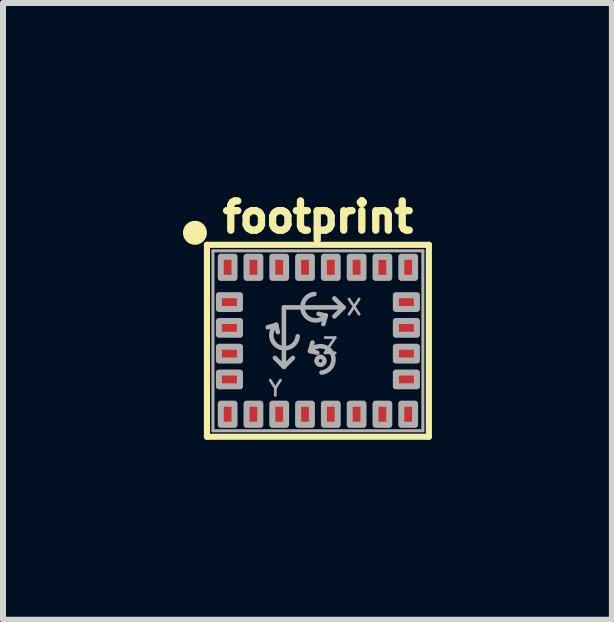
<source format=kicad_pcb>
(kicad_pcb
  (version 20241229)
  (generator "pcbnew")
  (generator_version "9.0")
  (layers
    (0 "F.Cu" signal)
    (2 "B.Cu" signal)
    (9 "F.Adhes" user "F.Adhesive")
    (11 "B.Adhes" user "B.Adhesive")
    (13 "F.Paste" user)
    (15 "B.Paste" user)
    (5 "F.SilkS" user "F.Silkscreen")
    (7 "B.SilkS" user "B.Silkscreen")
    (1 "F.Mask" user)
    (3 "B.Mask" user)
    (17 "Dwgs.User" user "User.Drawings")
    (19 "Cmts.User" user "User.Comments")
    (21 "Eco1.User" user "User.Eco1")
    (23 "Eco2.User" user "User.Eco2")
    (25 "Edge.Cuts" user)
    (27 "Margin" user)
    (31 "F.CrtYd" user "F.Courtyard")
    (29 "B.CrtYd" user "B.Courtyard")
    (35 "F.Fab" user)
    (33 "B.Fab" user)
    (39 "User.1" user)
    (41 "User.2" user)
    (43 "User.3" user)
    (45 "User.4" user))
  (footprint "footprint"
    (layer "F.Cu")
    (at 2.25 2.631)
    (property "Reference" "footprint" (at 0 -1.778 0) (layer "F.SilkS") (effects (font (size 0.488 0.488) (thickness 0.122)) (justify bottom)))
    (fp_line (start -1.85 -1.6) (end 1.85 -1.6) (stroke (width 0.102) (type solid)) (layer "F.SilkS"))
    (fp_line (start -1.85 1.6) (end -1.85 -1.6) (stroke (width 0.102) (type solid)) (layer "F.SilkS"))
    (fp_line (start 1.85 -1.6) (end 1.85 1.6) (stroke (width 0.102) (type solid)) (layer "F.SilkS"))
    (fp_line (start 1.85 1.6) (end -1.85 1.6) (stroke (width 0.102) (type solid)) (layer "F.SilkS"))
    (fp_circle (center -2.05 -1.8) (end -1.95 -1.8) (stroke (width 0.2) (type solid)) (fill yes) (layer "F.SilkS"))
    (fp_line (start -1.75 -1.5) (end 1.75 -1.5) (stroke (width 0.051) (type solid)) (layer "F.Fab"))
    (fp_line (start -1.75 1.5) (end -1.75 -1.5) (stroke (width 0.051) (type solid)) (layer "F.Fab"))
    (fp_line (start -0.697 -0.265) (end -0.837 -0.225) (stroke (width 0.076) (type solid)) (layer "F.Fab"))
    (fp_line (start -0.697 -0.265) (end -0.667 -0.145) (stroke (width 0.076) (type solid)) (layer "F.Fab"))
    (fp_line (start -0.567 0.432) (end -0.567 -0.556) (stroke (width 0.076) (type solid)) (layer "F.Fab"))
    (fp_line (start -0.567 0.435) (end -0.717 0.285) (stroke (width 0.076) (type solid)) (layer "F.Fab"))
    (fp_line (start -0.567 0.435) (end -0.417 0.285) (stroke (width 0.076) (type solid)) (layer "F.Fab"))
    (fp_line (start -0.13 0.17) (end -0.09 0.03) (stroke (width 0.076) (type solid)) (layer "F.Fab"))
    (fp_line (start -0.13 0.17) (end -0.01 0.2) (stroke (width 0.076) (type solid)) (layer "F.Fab"))
    (fp_line (start 0.131 -0.419) (end 0.011 -0.449) (stroke (width 0.076) (type solid)) (layer "F.Fab"))
    (fp_line (start 0.131 -0.419) (end 0.091 -0.279) (stroke (width 0.076) (type solid)) (layer "F.Fab"))
    (fp_line (start 0.425 -0.556) (end -0.567 -0.556) (stroke (width 0.076) (type solid)) (layer "F.Fab"))
    (fp_line (start 0.425 -0.556) (end 0.275 -0.706) (stroke (width 0.076) (type solid)) (layer "F.Fab"))
    (fp_line (start 0.425 -0.556) (end 0.275 -0.406) (stroke (width 0.076) (type solid)) (layer "F.Fab"))
    (fp_line (start 1.75 -1.5) (end 1.75 1.5) (stroke (width 0.051) (type solid)) (layer "F.Fab"))
    (fp_line (start 1.75 1.5) (end -1.75 1.5) (stroke (width 0.051) (type solid)) (layer "F.Fab"))
    (fp_arc (start -0.337 -0.075) (mid -0.659177 0.09939) (end -0.697 -0.264999) (stroke (width 0.0762) (type solid)) (layer "F.Fab"))
    (fp_arc (start -0.130001 0.169999) (mid 0.234389 0.207821) (end 0.06 0.53) (stroke (width 0.0762) (type solid)) (layer "F.Fab"))
    (fp_arc (start 0.131401 -0.419399) (mid -0.232989 -0.457221) (end -0.0586 -0.7794) (stroke (width 0.0762) (type solid)) (layer "F.Fab"))
    (fp_circle (center 0.043 0.334) (end 0.071 0.334) (stroke (width 0.076) (type solid)) (fill no) (layer "F.Fab"))
    (fp_poly (pts (xy -1.65 -0.53) (xy -1.3 -0.53) (xy -1.3 -0.76) (xy -1.65 -0.76)) (stroke (width 0.1) (type solid)) (fill no) (layer "F.Fab"))
    (fp_poly (pts (xy -1.65 -0.1) (xy -1.3 -0.1) (xy -1.3 -0.33) (xy -1.65 -0.33)) (stroke (width 0.1) (type solid)) (fill no) (layer "F.Fab"))
    (fp_poly (pts (xy -1.65 0.33) (xy -1.3 0.33) (xy -1.3 0.1) (xy -1.65 0.1)) (stroke (width 0.1) (type solid)) (fill no) (layer "F.Fab"))
    (fp_poly (pts (xy -1.65 0.76) (xy -1.3 0.76) (xy -1.3 0.53) (xy -1.65 0.53)) (stroke (width 0.1) (type solid)) (fill no) (layer "F.Fab"))
    (fp_poly (pts (xy -1.62 -1.05) (xy -1.39 -1.05) (xy -1.39 -1.4) (xy -1.62 -1.4)) (stroke (width 0.1) (type solid)) (fill no) (layer "F.Fab"))
    (fp_poly (pts (xy -1.39 1.05) (xy -1.62 1.05) (xy -1.62 1.4) (xy -1.39 1.4)) (stroke (width 0.1) (type solid)) (fill no) (layer "F.Fab"))
    (fp_poly (pts (xy -1.19 -1.05) (xy -0.96 -1.05) (xy -0.96 -1.4) (xy -1.19 -1.4)) (stroke (width 0.1) (type solid)) (fill no) (layer "F.Fab"))
    (fp_poly (pts (xy -0.96 1.05) (xy -1.19 1.05) (xy -1.19 1.4) (xy -0.96 1.4)) (stroke (width 0.1) (type solid)) (fill no) (layer "F.Fab"))
    (fp_poly (pts (xy -0.76 -1.05) (xy -0.53 -1.05) (xy -0.53 -1.4) (xy -0.76 -1.4)) (stroke (width 0.1) (type solid)) (fill no) (layer "F.Fab"))
    (fp_poly (pts (xy -0.53 1.05) (xy -0.76 1.05) (xy -0.76 1.4) (xy -0.53 1.4)) (stroke (width 0.1) (type solid)) (fill no) (layer "F.Fab"))
    (fp_poly (pts (xy -0.33 -1.05) (xy -0.1 -1.05) (xy -0.1 -1.4) (xy -0.33 -1.4)) (stroke (width 0.1) (type solid)) (fill no) (layer "F.Fab"))
    (fp_poly (pts (xy -0.1 1.05) (xy -0.33 1.05) (xy -0.33 1.4) (xy -0.1 1.4)) (stroke (width 0.1) (type solid)) (fill no) (layer "F.Fab"))
    (fp_poly (pts (xy 0.1 -1.05) (xy 0.33 -1.05) (xy 0.33 -1.4) (xy 0.1 -1.4)) (stroke (width 0.1) (type solid)) (fill no) (layer "F.Fab"))
    (fp_poly (pts (xy 0.33 1.05) (xy 0.1 1.05) (xy 0.1 1.4) (xy 0.33 1.4)) (stroke (width 0.1) (type solid)) (fill no) (layer "F.Fab"))
    (fp_poly (pts (xy 0.53 -1.05) (xy 0.76 -1.05) (xy 0.76 -1.4) (xy 0.53 -1.4)) (stroke (width 0.1) (type solid)) (fill no) (layer "F.Fab"))
    (fp_poly (pts (xy 0.76 1.05) (xy 0.53 1.05) (xy 0.53 1.4) (xy 0.76 1.4)) (stroke (width 0.1) (type solid)) (fill no) (layer "F.Fab"))
    (fp_poly (pts (xy 0.96 -1.05) (xy 1.19 -1.05) (xy 1.19 -1.4) (xy 0.96 -1.4)) (stroke (width 0.1) (type solid)) (fill no) (layer "F.Fab"))
    (fp_poly (pts (xy 1.19 1.05) (xy 0.96 1.05) (xy 0.96 1.4) (xy 1.19 1.4)) (stroke (width 0.1) (type solid)) (fill no) (layer "F.Fab"))
    (fp_poly (pts (xy 1.39 -1.05) (xy 1.62 -1.05) (xy 1.62 -1.4) (xy 1.39 -1.4)) (stroke (width 0.1) (type solid)) (fill no) (layer "F.Fab"))
    (fp_poly (pts (xy 1.62 1.05) (xy 1.39 1.05) (xy 1.39 1.4) (xy 1.62 1.4)) (stroke (width 0.1) (type solid)) (fill no) (layer "F.Fab"))
    (fp_poly (pts (xy 1.65 -0.76) (xy 1.3 -0.76) (xy 1.3 -0.53) (xy 1.65 -0.53)) (stroke (width 0.1) (type solid)) (fill no) (layer "F.Fab"))
    (fp_poly (pts (xy 1.65 -0.33) (xy 1.3 -0.33) (xy 1.3 -0.1) (xy 1.65 -0.1)) (stroke (width 0.1) (type solid)) (fill no) (layer "F.Fab"))
    (fp_poly (pts (xy 1.65 0.1) (xy 1.3 0.1) (xy 1.3 0.33) (xy 1.65 0.33)) (stroke (width 0.1) (type solid)) (fill no) (layer "F.Fab"))
    (fp_poly (pts (xy 1.65 0.53) (xy 1.3 0.53) (xy 1.3 0.76) (xy 1.65 0.76)) (stroke (width 0.1) (type solid)) (fill no) (layer "F.Fab"))
    (fp_text user "X" (at 0.603 -0.557 0) (layer "F.Fab") (effects (font (size 0.255 0.255) (thickness 0.045))))
    (fp_text user "Z" (at 0.354 -0.063 0) (layer "F.Fab") (effects (font (size 0.255 0.255) (thickness 0.045)) (justify right top)))
    (fp_text user "Y" (at -0.571 0.647 0) (layer "F.Fab") (effects (font (size 0.255 0.255) (thickness 0.045)) (justify right top)))
    (pad "1" smd rect (at -1.505 -1.225 90) (size 0.45 0.27) (layers "F.Cu" "F.Mask" "F.Paste"))
    (pad "2" smd rect (at -1.475 -0.645 180) (size 0.45 0.27) (layers "F.Cu" "F.Mask" "F.Paste"))
    (pad "3" smd rect (at -1.475 -0.215 180) (size 0.45 0.27) (layers "F.Cu" "F.Mask" "F.Paste"))
    (pad "4" smd rect (at -1.475 0.215 180) (size 0.45 0.27) (layers "F.Cu" "F.Mask" "F.Paste"))
    (pad "5" smd rect (at -1.475 0.645 180) (size 0.45 0.27) (layers "F.Cu" "F.Mask" "F.Paste"))
    (pad "6" smd rect (at -1.505 1.225 270) (size 0.45 0.27) (layers "F.Cu" "F.Mask" "F.Paste"))
    (pad "7" smd rect (at -1.075 1.225 270) (size 0.45 0.27) (layers "F.Cu" "F.Mask" "F.Paste"))
    (pad "8" smd rect (at -0.645 1.225 270) (size 0.45 0.27) (layers "F.Cu" "F.Mask" "F.Paste"))
    (pad "9" smd rect (at -0.215 1.225 270) (size 0.45 0.27) (layers "F.Cu" "F.Mask" "F.Paste"))
    (pad "10" smd rect (at 0.215 1.225 270) (size 0.45 0.27) (layers "F.Cu" "F.Mask" "F.Paste"))
    (pad "11" smd rect (at 0.645 1.225 270) (size 0.45 0.27) (layers "F.Cu" "F.Mask" "F.Paste"))
    (pad "12" smd rect (at 1.075 1.225 270) (size 0.45 0.27) (layers "F.Cu" "F.Mask" "F.Paste"))
    (pad "13" smd rect (at 1.505 1.225 270) (size 0.45 0.27) (layers "F.Cu" "F.Mask" "F.Paste"))
    (pad "14" smd rect (at 1.475 0.645) (size 0.45 0.27) (layers "F.Cu" "F.Mask" "F.Paste"))
    (pad "15" smd rect (at 1.475 0.215) (size 0.45 0.27) (layers "F.Cu" "F.Mask" "F.Paste"))
    (pad "16" smd rect (at 1.475 -0.215) (size 0.45 0.27) (layers "F.Cu" "F.Mask" "F.Paste"))
    (pad "17" smd rect (at 1.475 -0.645) (size 0.45 0.27) (layers "F.Cu" "F.Mask" "F.Paste"))
    (pad "18" smd rect (at 1.505 -1.225 90) (size 0.45 0.27) (layers "F.Cu" "F.Mask" "F.Paste"))
    (pad "19" smd rect (at 1.075 -1.225 90) (size 0.45 0.27) (layers "F.Cu" "F.Mask" "F.Paste"))
    (pad "20" smd rect (at 0.645 -1.225 90) (size 0.45 0.27) (layers "F.Cu" "F.Mask" "F.Paste"))
    (pad "21" smd rect (at 0.215 -1.225 90) (size 0.45 0.27) (layers "F.Cu" "F.Mask" "F.Paste"))
    (pad "22" smd rect (at -0.215 -1.225 90) (size 0.45 0.27) (layers "F.Cu" "F.Mask" "F.Paste"))
    (pad "23" smd rect (at -0.645 -1.225 90) (size 0.45 0.27) (layers "F.Cu" "F.Mask" "F.Paste"))
    (pad "24" smd rect (at -1.075 -1.225 90) (size 0.45 0.27) (layers "F.Cu" "F.Mask" "F.Paste")))
  (gr_rect
    (start -3 -3)
    (end 7.151 7.282)
    (stroke (width 0.1) (type default))
    (fill no)
    (layer "Edge.Cuts")))
</source>
